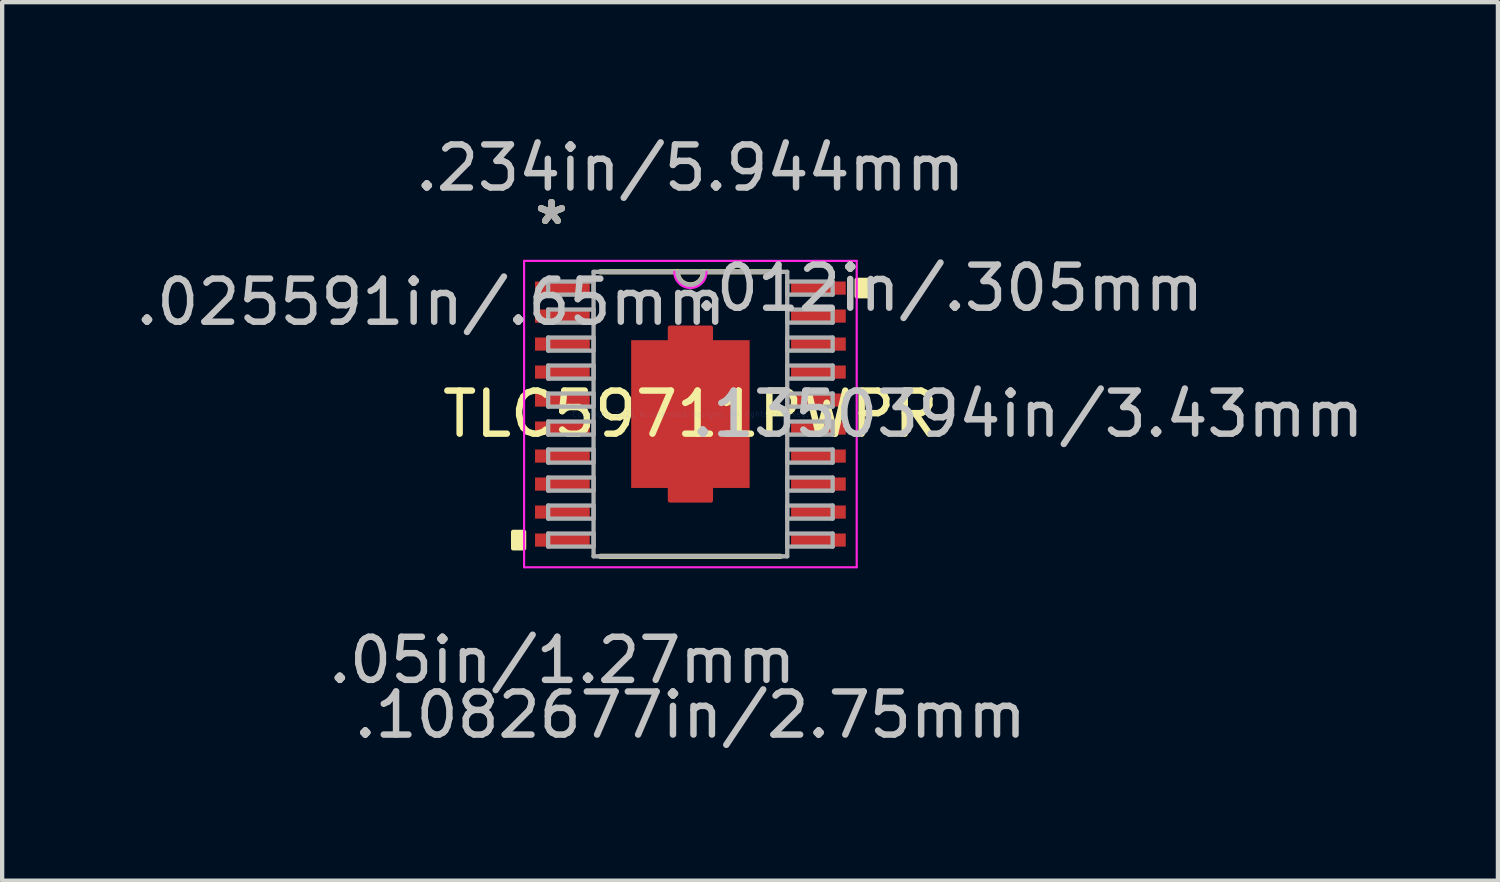
<source format=kicad_pcb>
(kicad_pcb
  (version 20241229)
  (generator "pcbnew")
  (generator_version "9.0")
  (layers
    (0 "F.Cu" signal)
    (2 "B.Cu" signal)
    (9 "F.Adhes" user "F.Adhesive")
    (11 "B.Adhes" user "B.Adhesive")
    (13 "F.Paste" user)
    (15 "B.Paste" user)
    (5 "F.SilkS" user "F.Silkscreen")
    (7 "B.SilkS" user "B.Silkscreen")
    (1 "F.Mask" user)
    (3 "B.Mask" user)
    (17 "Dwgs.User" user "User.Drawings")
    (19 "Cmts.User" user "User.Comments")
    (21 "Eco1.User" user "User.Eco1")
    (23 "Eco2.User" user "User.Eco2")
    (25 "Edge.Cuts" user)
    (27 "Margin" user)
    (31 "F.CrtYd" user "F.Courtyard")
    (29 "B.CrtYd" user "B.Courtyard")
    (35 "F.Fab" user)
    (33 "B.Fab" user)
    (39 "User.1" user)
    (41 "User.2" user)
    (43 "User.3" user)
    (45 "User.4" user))
  (footprint "TLC59711PWPR"
    (layer "F.Cu")
    (at 12.978 6.563)
    (property "Reference" "TLC59711PWPR" (at 0 0 0) (layer "F.SilkS") (effects (font (size 1 1) (thickness 0.15))))
    (attr through_hole)
    (fp_poly (pts (xy -0.475 -1.715) (xy -0.475 -2.005) (xy 0.475 -2.005) (xy 0.475 -1.715)) (stroke (width 0.1) (type solid)) (fill yes) (layer "F.Cu"))
    (fp_poly (pts (xy -0.475 1.715) (xy -0.475 2.005) (xy 0.475 2.005) (xy 0.475 1.715)) (stroke (width 0.1) (type solid)) (fill yes) (layer "F.Cu"))
    (fp_poly (pts (xy -0.475 -1.715) (xy -0.475 -2.005) (xy 0.475 -2.005) (xy 0.475 -1.715)) (stroke (width 0.1) (type solid)) (fill yes) (layer "F.Mask"))
    (fp_poly (pts (xy -0.475 1.715) (xy -0.475 2.005) (xy 0.475 2.005) (xy 0.475 1.715)) (stroke (width 0.1) (type solid)) (fill yes) (layer "F.Mask"))
    (fp_line (start -2.091 3.302) (end 2.091 3.302) (stroke (width 0.12) (type solid)) (layer "F.SilkS"))
    (fp_line (start 2.091 -3.302) (end -2.091 -3.302) (stroke (width 0.12) (type solid)) (layer "F.SilkS"))
    (fp_arc (start 0.3048 -3.302) (mid 0 -2.9972) (end -0.3048 -3.302) (stroke (width 0.12) (type solid)) (layer "F.SilkS"))
    (fp_poly (pts (xy -4.115 2.735) (xy -4.115 3.116) (xy -3.861 3.116) (xy -3.861 2.735)) (stroke (width 0.1) (type solid)) (fill yes) (layer "F.SilkS"))
    (fp_poly (pts (xy 4.115 -3.116) (xy 4.115 -2.735) (xy 3.861 -2.735) (xy 3.861 -3.116)) (stroke (width 0.1) (type solid)) (fill yes) (layer "F.SilkS"))
    (fp_line (start -3.861 -3.556) (end 3.861 -3.556) (stroke (width 0.05) (type solid)) (layer "F.CrtYd"))
    (fp_line (start -3.861 3.556) (end -3.861 -3.556) (stroke (width 0.05) (type solid)) (layer "F.CrtYd"))
    (fp_line (start 3.861 -3.556) (end 3.861 3.556) (stroke (width 0.05) (type solid)) (layer "F.CrtYd"))
    (fp_line (start 3.861 3.556) (end -3.861 3.556) (stroke (width 0.05) (type solid)) (layer "F.CrtYd"))
    (fp_arc (start 0.37465 -3.302) (mid 0 -2.92735) (end -0.37465 -3.302) (stroke (width 0.05) (type solid)) (layer "F.CrtYd"))
    (fp_line (start -3.302 -3.077) (end -3.302 -2.773) (stroke (width 0.1) (type solid)) (layer "F.Fab"))
    (fp_line (start -3.302 -2.773) (end -2.248 -2.773) (stroke (width 0.1) (type solid)) (layer "F.Fab"))
    (fp_line (start -3.302 -2.427) (end -3.302 -2.123) (stroke (width 0.1) (type solid)) (layer "F.Fab"))
    (fp_line (start -3.302 -2.123) (end -2.248 -2.123) (stroke (width 0.1) (type solid)) (layer "F.Fab"))
    (fp_line (start -3.302 -1.777) (end -3.302 -1.473) (stroke (width 0.1) (type solid)) (layer "F.Fab"))
    (fp_line (start -3.302 -1.473) (end -2.248 -1.473) (stroke (width 0.1) (type solid)) (layer "F.Fab"))
    (fp_line (start -3.302 -1.127) (end -3.302 -0.823) (stroke (width 0.1) (type solid)) (layer "F.Fab"))
    (fp_line (start -3.302 -0.823) (end -2.248 -0.823) (stroke (width 0.1) (type solid)) (layer "F.Fab"))
    (fp_line (start -3.302 -0.477) (end -3.302 -0.173) (stroke (width 0.1) (type solid)) (layer "F.Fab"))
    (fp_line (start -3.302 -0.173) (end -2.248 -0.173) (stroke (width 0.1) (type solid)) (layer "F.Fab"))
    (fp_line (start -3.302 0.173) (end -3.302 0.477) (stroke (width 0.1) (type solid)) (layer "F.Fab"))
    (fp_line (start -3.302 0.477) (end -2.248 0.477) (stroke (width 0.1) (type solid)) (layer "F.Fab"))
    (fp_line (start -3.302 0.823) (end -3.302 1.127) (stroke (width 0.1) (type solid)) (layer "F.Fab"))
    (fp_line (start -3.302 1.127) (end -2.248 1.127) (stroke (width 0.1) (type solid)) (layer "F.Fab"))
    (fp_line (start -3.302 1.473) (end -3.302 1.777) (stroke (width 0.1) (type solid)) (layer "F.Fab"))
    (fp_line (start -3.302 1.777) (end -2.248 1.777) (stroke (width 0.1) (type solid)) (layer "F.Fab"))
    (fp_line (start -3.302 2.123) (end -3.302 2.427) (stroke (width 0.1) (type solid)) (layer "F.Fab"))
    (fp_line (start -3.302 2.427) (end -2.248 2.427) (stroke (width 0.1) (type solid)) (layer "F.Fab"))
    (fp_line (start -3.302 2.773) (end -3.302 3.077) (stroke (width 0.1) (type solid)) (layer "F.Fab"))
    (fp_line (start -3.302 3.077) (end -2.248 3.077) (stroke (width 0.1) (type solid)) (layer "F.Fab"))
    (fp_line (start -2.248 -3.302) (end -2.248 3.302) (stroke (width 0.1) (type solid)) (layer "F.Fab"))
    (fp_line (start -2.248 -3.077) (end -3.302 -3.077) (stroke (width 0.1) (type solid)) (layer "F.Fab"))
    (fp_line (start -2.248 -2.773) (end -2.248 -3.077) (stroke (width 0.1) (type solid)) (layer "F.Fab"))
    (fp_line (start -2.248 -2.427) (end -3.302 -2.427) (stroke (width 0.1) (type solid)) (layer "F.Fab"))
    (fp_line (start -2.248 -2.123) (end -2.248 -2.427) (stroke (width 0.1) (type solid)) (layer "F.Fab"))
    (fp_line (start -2.248 -1.777) (end -3.302 -1.777) (stroke (width 0.1) (type solid)) (layer "F.Fab"))
    (fp_line (start -2.248 -1.473) (end -2.248 -1.777) (stroke (width 0.1) (type solid)) (layer "F.Fab"))
    (fp_line (start -2.248 -1.127) (end -3.302 -1.127) (stroke (width 0.1) (type solid)) (layer "F.Fab"))
    (fp_line (start -2.248 -0.823) (end -2.248 -1.127) (stroke (width 0.1) (type solid)) (layer "F.Fab"))
    (fp_line (start -2.248 -0.477) (end -3.302 -0.477) (stroke (width 0.1) (type solid)) (layer "F.Fab"))
    (fp_line (start -2.248 -0.173) (end -2.248 -0.477) (stroke (width 0.1) (type solid)) (layer "F.Fab"))
    (fp_line (start -2.248 0.173) (end -3.302 0.173) (stroke (width 0.1) (type solid)) (layer "F.Fab"))
    (fp_line (start -2.248 0.477) (end -2.248 0.173) (stroke (width 0.1) (type solid)) (layer "F.Fab"))
    (fp_line (start -2.248 0.823) (end -3.302 0.823) (stroke (width 0.1) (type solid)) (layer "F.Fab"))
    (fp_line (start -2.248 1.127) (end -2.248 0.823) (stroke (width 0.1) (type solid)) (layer "F.Fab"))
    (fp_line (start -2.248 1.473) (end -3.302 1.473) (stroke (width 0.1) (type solid)) (layer "F.Fab"))
    (fp_line (start -2.248 1.777) (end -2.248 1.473) (stroke (width 0.1) (type solid)) (layer "F.Fab"))
    (fp_line (start -2.248 2.123) (end -3.302 2.123) (stroke (width 0.1) (type solid)) (layer "F.Fab"))
    (fp_line (start -2.248 2.427) (end -2.248 2.123) (stroke (width 0.1) (type solid)) (layer "F.Fab"))
    (fp_line (start -2.248 2.773) (end -3.302 2.773) (stroke (width 0.1) (type solid)) (layer "F.Fab"))
    (fp_line (start -2.248 3.077) (end -2.248 2.773) (stroke (width 0.1) (type solid)) (layer "F.Fab"))
    (fp_line (start -2.248 3.302) (end 2.248 3.302) (stroke (width 0.1) (type solid)) (layer "F.Fab"))
    (fp_line (start 2.248 -3.302) (end -2.248 -3.302) (stroke (width 0.1) (type solid)) (layer "F.Fab"))
    (fp_line (start 2.248 -3.077) (end 2.248 -2.773) (stroke (width 0.1) (type solid)) (layer "F.Fab"))
    (fp_line (start 2.248 -2.773) (end 3.302 -2.773) (stroke (width 0.1) (type solid)) (layer "F.Fab"))
    (fp_line (start 2.248 -2.427) (end 2.248 -2.123) (stroke (width 0.1) (type solid)) (layer "F.Fab"))
    (fp_line (start 2.248 -2.123) (end 3.302 -2.123) (stroke (width 0.1) (type solid)) (layer "F.Fab"))
    (fp_line (start 2.248 -1.777) (end 2.248 -1.473) (stroke (width 0.1) (type solid)) (layer "F.Fab"))
    (fp_line (start 2.248 -1.473) (end 3.302 -1.473) (stroke (width 0.1) (type solid)) (layer "F.Fab"))
    (fp_line (start 2.248 -1.127) (end 2.248 -0.823) (stroke (width 0.1) (type solid)) (layer "F.Fab"))
    (fp_line (start 2.248 -0.823) (end 3.302 -0.823) (stroke (width 0.1) (type solid)) (layer "F.Fab"))
    (fp_line (start 2.248 -0.477) (end 2.248 -0.173) (stroke (width 0.1) (type solid)) (layer "F.Fab"))
    (fp_line (start 2.248 -0.173) (end 3.302 -0.173) (stroke (width 0.1) (type solid)) (layer "F.Fab"))
    (fp_line (start 2.248 0.173) (end 2.248 0.477) (stroke (width 0.1) (type solid)) (layer "F.Fab"))
    (fp_line (start 2.248 0.477) (end 3.302 0.477) (stroke (width 0.1) (type solid)) (layer "F.Fab"))
    (fp_line (start 2.248 0.823) (end 2.248 1.127) (stroke (width 0.1) (type solid)) (layer "F.Fab"))
    (fp_line (start 2.248 1.127) (end 3.302 1.127) (stroke (width 0.1) (type solid)) (layer "F.Fab"))
    (fp_line (start 2.248 1.473) (end 2.248 1.777) (stroke (width 0.1) (type solid)) (layer "F.Fab"))
    (fp_line (start 2.248 1.777) (end 3.302 1.777) (stroke (width 0.1) (type solid)) (layer "F.Fab"))
    (fp_line (start 2.248 2.123) (end 2.248 2.427) (stroke (width 0.1) (type solid)) (layer "F.Fab"))
    (fp_line (start 2.248 2.427) (end 3.302 2.427) (stroke (width 0.1) (type solid)) (layer "F.Fab"))
    (fp_line (start 2.248 2.773) (end 2.248 3.077) (stroke (width 0.1) (type solid)) (layer "F.Fab"))
    (fp_line (start 2.248 3.077) (end 3.302 3.077) (stroke (width 0.1) (type solid)) (layer "F.Fab"))
    (fp_line (start 2.248 3.302) (end 2.248 -3.302) (stroke (width 0.1) (type solid)) (layer "F.Fab"))
    (fp_line (start 3.302 -3.077) (end 2.248 -3.077) (stroke (width 0.1) (type solid)) (layer "F.Fab"))
    (fp_line (start 3.302 -2.773) (end 3.302 -3.077) (stroke (width 0.1) (type solid)) (layer "F.Fab"))
    (fp_line (start 3.302 -2.427) (end 2.248 -2.427) (stroke (width 0.1) (type solid)) (layer "F.Fab"))
    (fp_line (start 3.302 -2.123) (end 3.302 -2.427) (stroke (width 0.1) (type solid)) (layer "F.Fab"))
    (fp_line (start 3.302 -1.777) (end 2.248 -1.777) (stroke (width 0.1) (type solid)) (layer "F.Fab"))
    (fp_line (start 3.302 -1.473) (end 3.302 -1.777) (stroke (width 0.1) (type solid)) (layer "F.Fab"))
    (fp_line (start 3.302 -1.127) (end 2.248 -1.127) (stroke (width 0.1) (type solid)) (layer "F.Fab"))
    (fp_line (start 3.302 -0.823) (end 3.302 -1.127) (stroke (width 0.1) (type solid)) (layer "F.Fab"))
    (fp_line (start 3.302 -0.477) (end 2.248 -0.477) (stroke (width 0.1) (type solid)) (layer "F.Fab"))
    (fp_line (start 3.302 -0.173) (end 3.302 -0.477) (stroke (width 0.1) (type solid)) (layer "F.Fab"))
    (fp_line (start 3.302 0.173) (end 2.248 0.173) (stroke (width 0.1) (type solid)) (layer "F.Fab"))
    (fp_line (start 3.302 0.477) (end 3.302 0.173) (stroke (width 0.1) (type solid)) (layer "F.Fab"))
    (fp_line (start 3.302 0.823) (end 2.248 0.823) (stroke (width 0.1) (type solid)) (layer "F.Fab"))
    (fp_line (start 3.302 1.127) (end 3.302 0.823) (stroke (width 0.1) (type solid)) (layer "F.Fab"))
    (fp_line (start 3.302 1.473) (end 2.248 1.473) (stroke (width 0.1) (type solid)) (layer "F.Fab"))
    (fp_line (start 3.302 1.777) (end 3.302 1.473) (stroke (width 0.1) (type solid)) (layer "F.Fab"))
    (fp_line (start 3.302 2.123) (end 2.248 2.123) (stroke (width 0.1) (type solid)) (layer "F.Fab"))
    (fp_line (start 3.302 2.427) (end 3.302 2.123) (stroke (width 0.1) (type solid)) (layer "F.Fab"))
    (fp_line (start 3.302 2.773) (end 2.248 2.773) (stroke (width 0.1) (type solid)) (layer "F.Fab"))
    (fp_line (start 3.302 3.077) (end 3.302 2.773) (stroke (width 0.1) (type solid)) (layer "F.Fab"))
    (fp_arc (start 0.3048 -3.302) (mid 0 -2.9972) (end -0.3048 -3.302) (stroke (width 0.1) (type solid)) (layer "F.Fab"))
    (fp_text user "*" (at -3.226 -4.373 0) (layer "F.SilkS") (effects (font (size 1 1) (thickness 0.15))))
    (fp_text user "*" (at -3.226 -4.373 0) (layer "F.SilkS") (effects (font (size 1 1) (thickness 0.15))))
    (fp_text user ".1350394in/3.43mm" (at 7.836 0 0) (layer "Dwgs.User") (effects (font (size 1 1) (thickness 0.15))))
    (fp_text user ".05in/1.27mm" (at -2.972 5.715 0) (layer "Dwgs.User") (effects (font (size 1 1) (thickness 0.15))))
    (fp_text user ".012in/.305mm" (at 6.02 -2.925 0) (layer "Dwgs.User") (effects (font (size 1 1) (thickness 0.15))))
    (fp_text user ".1082677in/2.75mm" (at 0 6.985 0) (layer "Dwgs.User") (effects (font (size 1 1) (thickness 0.15))))
    (fp_text user ".234in/5.944mm" (at 0 -5.715 0) (layer "Dwgs.User") (effects (font (size 1 1) (thickness 0.15))))
    (fp_text user ".025591in/.65mm" (at -6.02 -2.6 0) (layer "Dwgs.User") (effects (font (size 1 1) (thickness 0.15))))
    (fp_text user "Copyright 2021 Accelerated Designs. All rights reserved." (at 0 0 0) (layer "Cmts.User") (effects (font (size 0.127 0.127) (thickness 0.002))))
    (fp_text user "*" (at -3.226 -4.373 0) (layer "F.Fab") (effects (font (size 1 1) (thickness 0.15))))
    (fp_text user "*" (at -3.226 -4.373 0) (layer "F.Fab") (effects (font (size 1 1) (thickness 0.15))))
    (pad "1" smd rect (at -2.972 -2.925) (size 1.27 0.305) (layers "F.Cu" "F.Mask" "F.Paste"))
    (pad "2" smd rect (at -2.972 -2.275) (size 1.27 0.305) (layers "F.Cu" "F.Mask" "F.Paste"))
    (pad "3" smd rect (at -2.972 -1.625) (size 1.27 0.305) (layers "F.Cu" "F.Mask" "F.Paste"))
    (pad "4" smd rect (at -2.972 -0.975) (size 1.27 0.305) (layers "F.Cu" "F.Mask" "F.Paste"))
    (pad "5" smd rect (at -2.972 -0.325) (size 1.27 0.305) (layers "F.Cu" "F.Mask" "F.Paste"))
    (pad "6" smd rect (at -2.972 0.325) (size 1.27 0.305) (layers "F.Cu" "F.Mask" "F.Paste"))
    (pad "7" smd rect (at -2.972 0.975) (size 1.27 0.305) (layers "F.Cu" "F.Mask" "F.Paste"))
    (pad "8" smd rect (at -2.972 1.625) (size 1.27 0.305) (layers "F.Cu" "F.Mask" "F.Paste"))
    (pad "9" smd rect (at -2.972 2.275) (size 1.27 0.305) (layers "F.Cu" "F.Mask" "F.Paste"))
    (pad "10" smd rect (at -2.972 2.925) (size 1.27 0.305) (layers "F.Cu" "F.Mask" "F.Paste"))
    (pad "11" smd rect (at 2.972 2.925) (size 1.27 0.305) (layers "F.Cu" "F.Mask" "F.Paste"))
    (pad "12" smd rect (at 2.972 2.275) (size 1.27 0.305) (layers "F.Cu" "F.Mask" "F.Paste"))
    (pad "13" smd rect (at 2.972 1.625) (size 1.27 0.305) (layers "F.Cu" "F.Mask" "F.Paste"))
    (pad "14" smd rect (at 2.972 0.975) (size 1.27 0.305) (layers "F.Cu" "F.Mask" "F.Paste"))
    (pad "15" smd rect (at 2.972 0.325) (size 1.27 0.305) (layers "F.Cu" "F.Mask" "F.Paste"))
    (pad "16" smd rect (at 2.972 -0.325) (size 1.27 0.305) (layers "F.Cu" "F.Mask" "F.Paste"))
    (pad "17" smd rect (at 2.972 -0.975) (size 1.27 0.305) (layers "F.Cu" "F.Mask" "F.Paste"))
    (pad "18" smd rect (at 2.972 -1.625) (size 1.27 0.305) (layers "F.Cu" "F.Mask" "F.Paste"))
    (pad "19" smd rect (at 2.972 -2.275) (size 1.27 0.305) (layers "F.Cu" "F.Mask" "F.Paste"))
    (pad "20" smd rect (at 2.972 -2.925) (size 1.27 0.305) (layers "F.Cu" "F.Mask" "F.Paste"))
    (pad "21" smd rect (at 0 0) (size 2.75 3.43) (layers "F.Cu" "F.Mask" "F.Paste")))
  (gr_rect
    (start -3 -3)
    (end 31.725 17.396)
    (stroke (width 0.1) (type default))
    (fill no)
    (layer "Edge.Cuts")))
</source>
